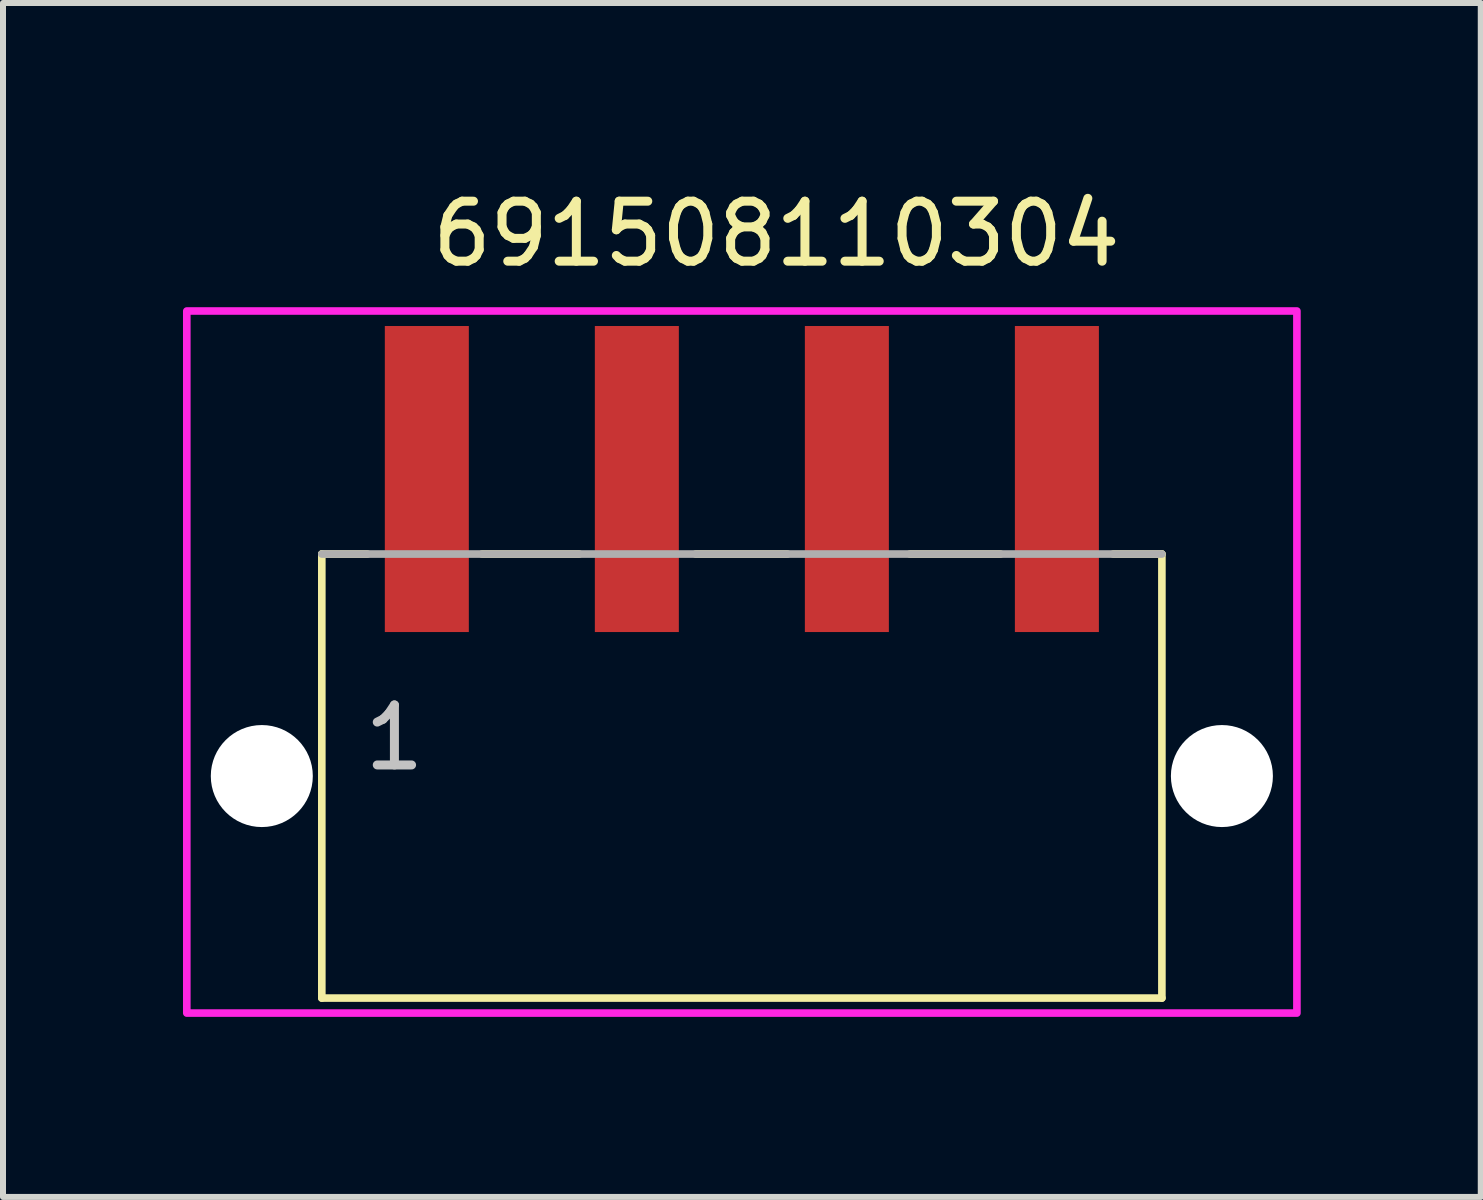
<source format=kicad_pcb>
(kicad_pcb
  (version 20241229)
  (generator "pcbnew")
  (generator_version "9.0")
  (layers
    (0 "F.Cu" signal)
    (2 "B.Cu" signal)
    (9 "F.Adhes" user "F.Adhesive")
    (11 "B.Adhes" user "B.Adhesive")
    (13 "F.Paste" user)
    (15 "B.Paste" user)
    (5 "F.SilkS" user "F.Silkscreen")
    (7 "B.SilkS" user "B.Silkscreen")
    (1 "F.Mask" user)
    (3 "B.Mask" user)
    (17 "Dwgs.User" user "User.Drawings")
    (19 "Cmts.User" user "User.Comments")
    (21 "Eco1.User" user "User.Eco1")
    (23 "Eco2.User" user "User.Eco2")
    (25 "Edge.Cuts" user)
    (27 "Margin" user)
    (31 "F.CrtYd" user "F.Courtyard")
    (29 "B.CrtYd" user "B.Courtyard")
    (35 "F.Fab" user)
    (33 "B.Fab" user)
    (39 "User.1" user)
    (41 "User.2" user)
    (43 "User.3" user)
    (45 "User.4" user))
  (footprint "691508110304"
    (layer "F.Cu")
    (at 9.313 9.883)
    (property "Reference" "691508110304" (at 0.575 -9.035 0) (layer "F.SilkS") (effects (font (size 1 1) (thickness 0.15))))
    (attr through_hole)
    (fp_line (start -7 3.7) (end -7 -3.7) (stroke (width 0.127) (type solid)) (layer "F.SilkS"))
    (fp_line (start -6.24 -3.7) (end -7 -3.7) (stroke (width 0.127) (type solid)) (layer "F.SilkS"))
    (fp_line (start -4.33 -3.7) (end -2.71 -3.7) (stroke (width 0.127) (type solid)) (layer "F.SilkS"))
    (fp_line (start -0.77 -3.7) (end 0.76 -3.7) (stroke (width 0.127) (type solid)) (layer "F.SilkS"))
    (fp_line (start 2.8 -3.7) (end 4.31 -3.7) (stroke (width 0.127) (type solid)) (layer "F.SilkS"))
    (fp_line (start 6.19 -3.7) (end 7 -3.7) (stroke (width 0.127) (type solid)) (layer "F.SilkS"))
    (fp_line (start 7 -3.7) (end 7 3.7) (stroke (width 0.127) (type solid)) (layer "F.SilkS"))
    (fp_line (start 7 3.7) (end -7 3.7) (stroke (width 0.127) (type solid)) (layer "F.SilkS"))
    (fp_poly (pts (xy -9.25 -7.75) (xy 9.25 -7.75) (xy 9.25 3.95) (xy -9.25 3.95)) (stroke (width 0.127) (type solid)) (fill no) (layer "F.CrtYd"))
    (fp_line (start -7 -3.7) (end 7 -3.7) (stroke (width 0.127) (type solid)) (layer "F.Fab"))
    (fp_text user "1" (at -5.79 -0.64 0) (layer "Dwgs.User") (effects (font (size 1 1) (thickness 0.15))))
    (pad "" np_thru_hole circle (at -8 0) (size 1.7 1.7) (drill 1.7) (layers "*.Cu" "*.Mask"))
    (pad "" np_thru_hole circle (at 8 0) (size 1.7 1.7) (drill 1.7) (layers "*.Cu" "*.Mask"))
    (pad "1" smd rect (at -5.25 -4.95) (size 1.4 5.1) (layers "F.Cu" "F.Mask" "F.Paste"))
    (pad "2" smd rect (at -1.75 -4.95) (size 1.4 5.1) (layers "F.Cu" "F.Mask" "F.Paste"))
    (pad "3" smd rect (at 1.75 -4.95) (size 1.4 5.1) (layers "F.Cu" "F.Mask" "F.Paste"))
    (pad "4" smd rect (at 5.25 -4.95) (size 1.4 5.1) (layers "F.Cu" "F.Mask" "F.Paste")))
  (gr_rect
    (start -3 -3)
    (end 21.627 16.897)
    (stroke (width 0.1) (type default))
    (fill no)
    (layer "Edge.Cuts")))
</source>
